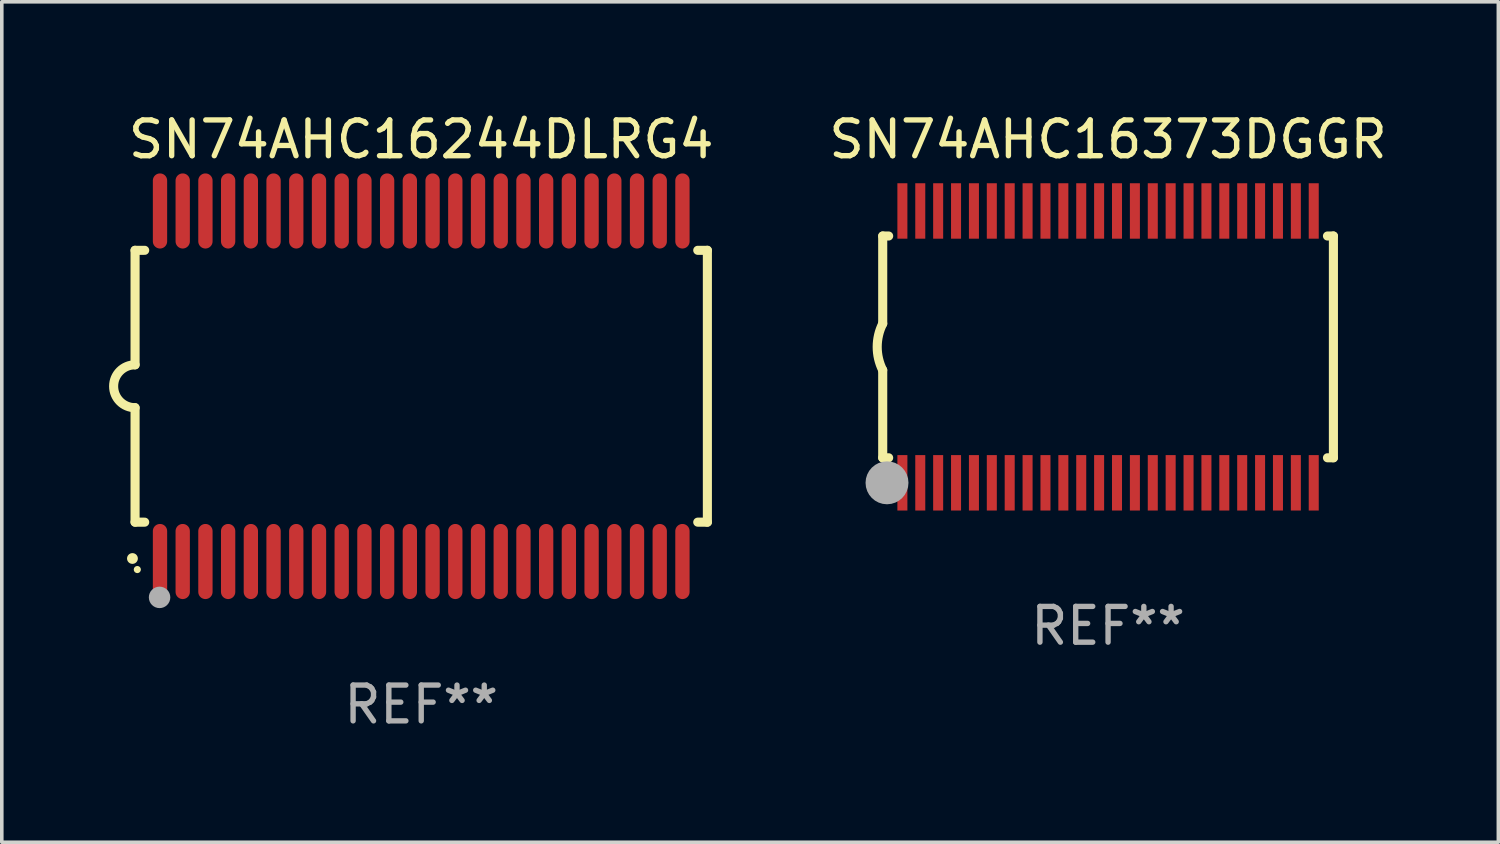
<source format=kicad_pcb>
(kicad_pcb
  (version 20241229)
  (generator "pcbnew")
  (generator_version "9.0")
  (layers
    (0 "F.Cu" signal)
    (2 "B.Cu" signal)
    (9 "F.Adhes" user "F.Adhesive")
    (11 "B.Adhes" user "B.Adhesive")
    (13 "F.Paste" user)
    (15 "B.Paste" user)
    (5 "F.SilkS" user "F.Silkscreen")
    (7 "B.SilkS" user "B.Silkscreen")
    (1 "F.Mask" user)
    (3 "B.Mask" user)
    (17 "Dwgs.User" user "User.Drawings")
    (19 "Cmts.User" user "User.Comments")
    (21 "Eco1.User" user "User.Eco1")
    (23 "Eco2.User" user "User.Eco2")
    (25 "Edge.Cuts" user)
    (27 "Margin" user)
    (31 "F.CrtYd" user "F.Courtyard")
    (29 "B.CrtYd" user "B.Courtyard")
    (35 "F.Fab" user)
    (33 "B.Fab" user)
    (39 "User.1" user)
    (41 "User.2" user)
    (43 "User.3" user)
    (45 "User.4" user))
  (footprint "SN74AHC16373DGGR"
    (layer "F.Cu")
    (at 27.928 6.648)
    (property "Reference" "SN74AHC16373DGGR" (at 0 -5.8 0) (layer "F.SilkS") (effects (font (size 1 1) (thickness 0.15))))
    (attr through_hole)
    (fp_line (start -6.3 -3.1) (end -6.3 -0.65) (stroke (width 0.254) (type solid)) (layer "F.SilkS"))
    (fp_line (start -6.3 -3.1) (end -6.134 -3.1) (stroke (width 0.254) (type solid)) (layer "F.SilkS"))
    (fp_line (start -6.3 3.1) (end -6.3 0.65) (stroke (width 0.254) (type solid)) (layer "F.SilkS"))
    (fp_line (start -6.3 3.1) (end -6.134 3.1) (stroke (width 0.254) (type solid)) (layer "F.SilkS"))
    (fp_line (start 6.134 -3.1) (end 6.3 -3.1) (stroke (width 0.254) (type solid)) (layer "F.SilkS"))
    (fp_line (start 6.134 3.1) (end 6.3 3.1) (stroke (width 0.254) (type solid)) (layer "F.SilkS"))
    (fp_line (start 6.3 -3.1) (end 6.3 3.1) (stroke (width 0.254) (type solid)) (layer "F.SilkS"))
    (fp_arc (start -6.301016 0.650114) (mid -6.45413 -0.000082) (end -6.3 -0.650038) (stroke (width 0.254001) (type solid)) (layer "F.SilkS"))
    (fp_circle (center -6.35 3.81) (end -6.223 3.81) (stroke (width 0.254) (type solid)) (fill no) (layer "F.SilkS"))
    (fp_circle (center -6.25 4.05) (end -6.22 4.05) (stroke (width 0.06) (type solid)) (fill no) (layer "F.SilkS"))
    (fp_circle (center -6.18 3.8) (end -5.88 3.8) (stroke (width 0.6) (type solid)) (fill no) (layer "F.Fab"))
    (fp_text user "REF**" (at 0 7.8 0) (layer "F.Fab") (effects (font (size 1 1) (thickness 0.15))))
    (pad "1" smd rect (at -5.75 3.8) (size 0.28 1.55) (layers "F.Cu" "F.Mask" "F.Paste"))
    (pad "2" smd rect (at -5.25 3.8) (size 0.28 1.55) (layers "F.Cu" "F.Mask" "F.Paste"))
    (pad "3" smd rect (at -4.75 3.8) (size 0.28 1.55) (layers "F.Cu" "F.Mask" "F.Paste"))
    (pad "4" smd rect (at -4.25 3.8) (size 0.28 1.55) (layers "F.Cu" "F.Mask" "F.Paste"))
    (pad "5" smd rect (at -3.75 3.8) (size 0.28 1.55) (layers "F.Cu" "F.Mask" "F.Paste"))
    (pad "6" smd rect (at -3.25 3.8) (size 0.28 1.55) (layers "F.Cu" "F.Mask" "F.Paste"))
    (pad "7" smd rect (at -2.75 3.8) (size 0.28 1.55) (layers "F.Cu" "F.Mask" "F.Paste"))
    (pad "8" smd rect (at -2.25 3.8) (size 0.28 1.55) (layers "F.Cu" "F.Mask" "F.Paste"))
    (pad "9" smd rect (at -1.75 3.8) (size 0.28 1.55) (layers "F.Cu" "F.Mask" "F.Paste"))
    (pad "10" smd rect (at -1.25 3.8) (size 0.28 1.55) (layers "F.Cu" "F.Mask" "F.Paste"))
    (pad "11" smd rect (at -0.75 3.8) (size 0.28 1.55) (layers "F.Cu" "F.Mask" "F.Paste"))
    (pad "12" smd rect (at -0.25 3.8) (size 0.28 1.55) (layers "F.Cu" "F.Mask" "F.Paste"))
    (pad "13" smd rect (at 0.25 3.8) (size 0.28 1.55) (layers "F.Cu" "F.Mask" "F.Paste"))
    (pad "14" smd rect (at 0.75 3.8) (size 0.28 1.55) (layers "F.Cu" "F.Mask" "F.Paste"))
    (pad "15" smd rect (at 1.25 3.8) (size 0.28 1.55) (layers "F.Cu" "F.Mask" "F.Paste"))
    (pad "16" smd rect (at 1.75 3.8) (size 0.28 1.55) (layers "F.Cu" "F.Mask" "F.Paste"))
    (pad "17" smd rect (at 2.25 3.8) (size 0.28 1.55) (layers "F.Cu" "F.Mask" "F.Paste"))
    (pad "18" smd rect (at 2.75 3.8) (size 0.28 1.55) (layers "F.Cu" "F.Mask" "F.Paste"))
    (pad "19" smd rect (at 3.25 3.8) (size 0.28 1.55) (layers "F.Cu" "F.Mask" "F.Paste"))
    (pad "20" smd rect (at 3.75 3.8) (size 0.28 1.55) (layers "F.Cu" "F.Mask" "F.Paste"))
    (pad "21" smd rect (at 4.25 3.8) (size 0.28 1.55) (layers "F.Cu" "F.Mask" "F.Paste"))
    (pad "22" smd rect (at 4.75 3.8) (size 0.28 1.55) (layers "F.Cu" "F.Mask" "F.Paste"))
    (pad "23" smd rect (at 5.25 3.8) (size 0.28 1.55) (layers "F.Cu" "F.Mask" "F.Paste"))
    (pad "24" smd rect (at 5.75 3.8) (size 0.28 1.55) (layers "F.Cu" "F.Mask" "F.Paste"))
    (pad "25" smd rect (at 5.75 -3.8) (size 0.28 1.55) (layers "F.Cu" "F.Mask" "F.Paste"))
    (pad "26" smd rect (at 5.25 -3.8) (size 0.28 1.55) (layers "F.Cu" "F.Mask" "F.Paste"))
    (pad "27" smd rect (at 4.75 -3.8) (size 0.28 1.55) (layers "F.Cu" "F.Mask" "F.Paste"))
    (pad "28" smd rect (at 4.25 -3.8) (size 0.28 1.55) (layers "F.Cu" "F.Mask" "F.Paste"))
    (pad "29" smd rect (at 3.75 -3.8) (size 0.28 1.55) (layers "F.Cu" "F.Mask" "F.Paste"))
    (pad "30" smd rect (at 3.25 -3.8) (size 0.28 1.55) (layers "F.Cu" "F.Mask" "F.Paste"))
    (pad "31" smd rect (at 2.75 -3.8) (size 0.28 1.55) (layers "F.Cu" "F.Mask" "F.Paste"))
    (pad "32" smd rect (at 2.25 -3.8) (size 0.28 1.55) (layers "F.Cu" "F.Mask" "F.Paste"))
    (pad "33" smd rect (at 1.75 -3.8) (size 0.28 1.55) (layers "F.Cu" "F.Mask" "F.Paste"))
    (pad "34" smd rect (at 1.25 -3.8) (size 0.28 1.55) (layers "F.Cu" "F.Mask" "F.Paste"))
    (pad "35" smd rect (at 0.75 -3.8) (size 0.28 1.55) (layers "F.Cu" "F.Mask" "F.Paste"))
    (pad "36" smd rect (at 0.25 -3.8) (size 0.28 1.55) (layers "F.Cu" "F.Mask" "F.Paste"))
    (pad "37" smd rect (at -0.25 -3.8) (size 0.28 1.55) (layers "F.Cu" "F.Mask" "F.Paste"))
    (pad "38" smd rect (at -0.75 -3.8) (size 0.28 1.55) (layers "F.Cu" "F.Mask" "F.Paste"))
    (pad "39" smd rect (at -1.25 -3.8) (size 0.28 1.55) (layers "F.Cu" "F.Mask" "F.Paste"))
    (pad "40" smd rect (at -1.75 -3.8) (size 0.28 1.55) (layers "F.Cu" "F.Mask" "F.Paste"))
    (pad "41" smd rect (at -2.25 -3.8) (size 0.28 1.55) (layers "F.Cu" "F.Mask" "F.Paste"))
    (pad "42" smd rect (at -2.75 -3.8) (size 0.28 1.55) (layers "F.Cu" "F.Mask" "F.Paste"))
    (pad "43" smd rect (at -3.25 -3.8) (size 0.28 1.55) (layers "F.Cu" "F.Mask" "F.Paste"))
    (pad "44" smd rect (at -3.75 -3.8) (size 0.28 1.55) (layers "F.Cu" "F.Mask" "F.Paste"))
    (pad "45" smd rect (at -4.25 -3.8) (size 0.28 1.55) (layers "F.Cu" "F.Mask" "F.Paste"))
    (pad "46" smd rect (at -4.75 -3.8) (size 0.28 1.55) (layers "F.Cu" "F.Mask" "F.Paste"))
    (pad "47" smd rect (at -5.25 -3.8) (size 0.28 1.55) (layers "F.Cu" "F.Mask" "F.Paste"))
    (pad "48" smd rect (at -5.75 -3.8) (size 0.28 1.55) (layers "F.Cu" "F.Mask" "F.Paste")))
  (footprint "SN74AHC16244DLRG4"
    (layer "F.Cu")
    (at 8.726 7.748)
    (property "Reference" "SN74AHC16244DLRG4" (at 0 -6.9 0) (layer "F.SilkS") (effects (font (size 1 1) (thickness 0.15))))
    (attr through_hole)
    (fp_line (start -8 -3.8) (end -8 -0.599) (stroke (width 0.254) (type solid)) (layer "F.SilkS"))
    (fp_line (start -8 -3.8) (end -7.731 -3.8) (stroke (width 0.254) (type solid)) (layer "F.SilkS"))
    (fp_line (start -8 3.8) (end -8 0.599) (stroke (width 0.254) (type solid)) (layer "F.SilkS"))
    (fp_line (start -7.731 3.8) (end -8 3.8) (stroke (width 0.254) (type solid)) (layer "F.SilkS"))
    (fp_line (start 7.731 -3.8) (end 8 -3.8) (stroke (width 0.254) (type solid)) (layer "F.SilkS"))
    (fp_line (start 8 -3.8) (end 8 3.8) (stroke (width 0.254) (type solid)) (layer "F.SilkS"))
    (fp_line (start 8 3.8) (end 7.731 3.8) (stroke (width 0.254) (type solid)) (layer "F.SilkS"))
    (fp_arc (start -8.074676 4.81585) (mid -8.073406 4.815845) (end -8.072136 4.81585) (stroke (width 0.3) (type solid)) (layer "F.SilkS"))
    (fp_arc (start -8.000025 0.6) (mid -8.598908 0.00056) (end -8.000027 -0.598882) (stroke (width 0.254001) (type solid)) (layer "F.SilkS"))
    (fp_circle (center -7.937 5.125) (end -7.887 5.125) (stroke (width 0.1) (type solid)) (fill no) (layer "F.SilkS"))
    (fp_circle (center -7.315 5.903) (end -7.165 5.903) (stroke (width 0.3) (type solid)) (fill no) (layer "F.Fab"))
    (fp_text user "REF**" (at 0 8.9 0) (layer "F.Fab") (effects (font (size 1 1) (thickness 0.15))))
    (pad "1" smd oval (at -7.303 4.9) (size 0.4 2.1) (layers "F.Cu" "F.Mask" "F.Paste"))
    (pad "2" smd oval (at -6.668 4.9) (size 0.4 2.1) (layers "F.Cu" "F.Mask" "F.Paste"))
    (pad "3" smd oval (at -6.033 4.9) (size 0.4 2.1) (layers "F.Cu" "F.Mask" "F.Paste"))
    (pad "4" smd oval (at -5.398 4.9) (size 0.4 2.1) (layers "F.Cu" "F.Mask" "F.Paste"))
    (pad "5" smd oval (at -4.763 4.9) (size 0.4 2.1) (layers "F.Cu" "F.Mask" "F.Paste"))
    (pad "6" smd oval (at -4.128 4.9) (size 0.4 2.1) (layers "F.Cu" "F.Mask" "F.Paste"))
    (pad "7" smd oval (at -3.493 4.9) (size 0.4 2.1) (layers "F.Cu" "F.Mask" "F.Paste"))
    (pad "8" smd oval (at -2.858 4.9) (size 0.4 2.1) (layers "F.Cu" "F.Mask" "F.Paste"))
    (pad "9" smd oval (at -2.223 4.9) (size 0.4 2.1) (layers "F.Cu" "F.Mask" "F.Paste"))
    (pad "10" smd oval (at -1.588 4.9) (size 0.4 2.1) (layers "F.Cu" "F.Mask" "F.Paste"))
    (pad "11" smd oval (at -0.953 4.9) (size 0.4 2.1) (layers "F.Cu" "F.Mask" "F.Paste"))
    (pad "12" smd oval (at -0.318 4.9) (size 0.4 2.1) (layers "F.Cu" "F.Mask" "F.Paste"))
    (pad "13" smd oval (at 0.318 4.9) (size 0.4 2.1) (layers "F.Cu" "F.Mask" "F.Paste"))
    (pad "14" smd oval (at 0.953 4.9) (size 0.4 2.1) (layers "F.Cu" "F.Mask" "F.Paste"))
    (pad "15" smd oval (at 1.588 4.9) (size 0.4 2.1) (layers "F.Cu" "F.Mask" "F.Paste"))
    (pad "16" smd oval (at 2.223 4.9) (size 0.4 2.1) (layers "F.Cu" "F.Mask" "F.Paste"))
    (pad "17" smd oval (at 2.858 4.9) (size 0.4 2.1) (layers "F.Cu" "F.Mask" "F.Paste"))
    (pad "18" smd oval (at 3.493 4.9) (size 0.4 2.1) (layers "F.Cu" "F.Mask" "F.Paste"))
    (pad "19" smd oval (at 4.128 4.9) (size 0.4 2.1) (layers "F.Cu" "F.Mask" "F.Paste"))
    (pad "20" smd oval (at 4.763 4.9) (size 0.4 2.1) (layers "F.Cu" "F.Mask" "F.Paste"))
    (pad "21" smd oval (at 5.398 4.9) (size 0.4 2.1) (layers "F.Cu" "F.Mask" "F.Paste"))
    (pad "22" smd oval (at 6.033 4.9) (size 0.4 2.1) (layers "F.Cu" "F.Mask" "F.Paste"))
    (pad "23" smd oval (at 6.668 4.9) (size 0.4 2.1) (layers "F.Cu" "F.Mask" "F.Paste"))
    (pad "24" smd oval (at 7.303 4.9) (size 0.4 2.1) (layers "F.Cu" "F.Mask" "F.Paste"))
    (pad "25" smd oval (at 7.303 -4.9 180) (size 0.4 2.1) (layers "F.Cu" "F.Mask" "F.Paste"))
    (pad "26" smd oval (at 6.668 -4.9 180) (size 0.4 2.1) (layers "F.Cu" "F.Mask" "F.Paste"))
    (pad "27" smd oval (at 6.033 -4.9 180) (size 0.4 2.1) (layers "F.Cu" "F.Mask" "F.Paste"))
    (pad "28" smd oval (at 5.398 -4.9 180) (size 0.4 2.1) (layers "F.Cu" "F.Mask" "F.Paste"))
    (pad "29" smd oval (at 4.763 -4.9 180) (size 0.4 2.1) (layers "F.Cu" "F.Mask" "F.Paste"))
    (pad "30" smd oval (at 4.128 -4.9 180) (size 0.4 2.1) (layers "F.Cu" "F.Mask" "F.Paste"))
    (pad "31" smd oval (at 3.493 -4.9 180) (size 0.4 2.1) (layers "F.Cu" "F.Mask" "F.Paste"))
    (pad "32" smd oval (at 2.858 -4.9 180) (size 0.4 2.1) (layers "F.Cu" "F.Mask" "F.Paste"))
    (pad "33" smd oval (at 2.223 -4.9 180) (size 0.4 2.1) (layers "F.Cu" "F.Mask" "F.Paste"))
    (pad "34" smd oval (at 1.588 -4.9 180) (size 0.4 2.1) (layers "F.Cu" "F.Mask" "F.Paste"))
    (pad "35" smd oval (at 0.953 -4.9 180) (size 0.4 2.1) (layers "F.Cu" "F.Mask" "F.Paste"))
    (pad "36" smd oval (at 0.318 -4.9 180) (size 0.4 2.1) (layers "F.Cu" "F.Mask" "F.Paste"))
    (pad "37" smd oval (at -0.318 -4.9 180) (size 0.4 2.1) (layers "F.Cu" "F.Mask" "F.Paste"))
    (pad "38" smd oval (at -0.953 -4.9 180) (size 0.4 2.1) (layers "F.Cu" "F.Mask" "F.Paste"))
    (pad "39" smd oval (at -1.588 -4.9 180) (size 0.4 2.1) (layers "F.Cu" "F.Mask" "F.Paste"))
    (pad "40" smd oval (at -2.223 -4.9 180) (size 0.4 2.1) (layers "F.Cu" "F.Mask" "F.Paste"))
    (pad "41" smd oval (at -2.858 -4.9 180) (size 0.4 2.1) (layers "F.Cu" "F.Mask" "F.Paste"))
    (pad "42" smd oval (at -3.493 -4.9 180) (size 0.4 2.1) (layers "F.Cu" "F.Mask" "F.Paste"))
    (pad "43" smd oval (at -4.128 -4.9 180) (size 0.4 2.1) (layers "F.Cu" "F.Mask" "F.Paste"))
    (pad "44" smd oval (at -4.763 -4.9 180) (size 0.4 2.1) (layers "F.Cu" "F.Mask" "F.Paste"))
    (pad "45" smd oval (at -5.398 -4.9 180) (size 0.4 2.1) (layers "F.Cu" "F.Mask" "F.Paste"))
    (pad "46" smd oval (at -6.033 -4.9 180) (size 0.4 2.1) (layers "F.Cu" "F.Mask" "F.Paste"))
    (pad "47" smd oval (at -6.668 -4.9 180) (size 0.4 2.1) (layers "F.Cu" "F.Mask" "F.Paste"))
    (pad "48" smd oval (at -7.303 -4.9 180) (size 0.4 2.1) (layers "F.Cu" "F.Mask" "F.Paste")))
  (gr_rect
    (start -3 -3)
    (end 38.839 20.496)
    (stroke (width 0.1) (type default))
    (fill no)
    (layer "Edge.Cuts")))
</source>
